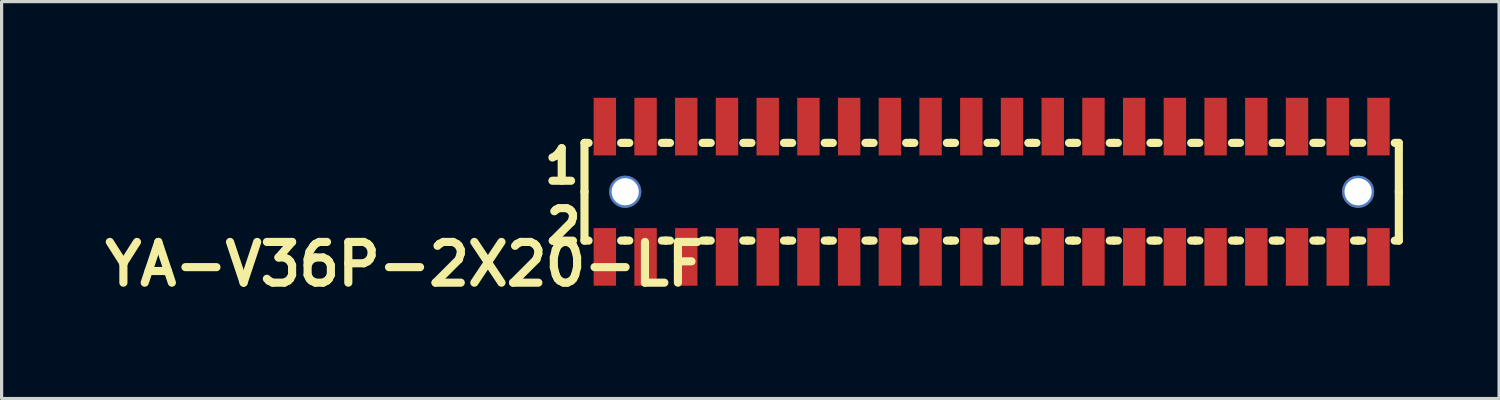
<source format=kicad_pcb>
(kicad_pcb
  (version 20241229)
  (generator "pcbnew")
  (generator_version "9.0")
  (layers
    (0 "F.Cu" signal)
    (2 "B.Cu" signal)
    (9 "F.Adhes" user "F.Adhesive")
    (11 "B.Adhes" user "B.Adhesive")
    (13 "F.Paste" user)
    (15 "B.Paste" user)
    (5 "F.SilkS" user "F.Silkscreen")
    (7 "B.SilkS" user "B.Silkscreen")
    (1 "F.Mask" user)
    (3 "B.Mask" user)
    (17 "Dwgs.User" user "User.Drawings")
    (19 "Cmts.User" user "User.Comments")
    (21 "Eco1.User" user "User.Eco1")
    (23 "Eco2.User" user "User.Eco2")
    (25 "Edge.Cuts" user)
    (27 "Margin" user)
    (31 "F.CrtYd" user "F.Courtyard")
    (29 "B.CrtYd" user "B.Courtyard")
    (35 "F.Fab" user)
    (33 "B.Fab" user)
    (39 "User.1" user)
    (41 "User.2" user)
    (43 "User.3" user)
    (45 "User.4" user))
  (footprint "YA-V36P-2X20-LF"
    (layer "F.Cu")
    (at 27.881 2.931)
    (property "Reference" "YA-V36P-2X20-LF" (at -18.313 2.261 0) (layer "F.SilkS") (effects (font (size 1.27 1.27) (thickness 0.254))))
    (attr smd)
    (fp_line (start -12.7 -1.524) (end -12.7 0) (stroke (width 0.254) (type solid)) (layer "F.SilkS"))
    (fp_line (start -12.7 0) (end -12.7 1.524) (stroke (width 0.254) (type solid)) (layer "F.SilkS"))
    (fp_line (start -12.7 1.524) (end -12.573 1.524) (stroke (width 0.254) (type solid)) (layer "F.SilkS"))
    (fp_line (start -12.573 -1.524) (end -12.7 -1.524) (stroke (width 0.254) (type solid)) (layer "F.SilkS"))
    (fp_line (start -11.557 -1.524) (end -11.43 -1.524) (stroke (width 0.254) (type solid)) (layer "F.SilkS"))
    (fp_line (start -11.557 1.524) (end -11.43 1.524) (stroke (width 0.254) (type solid)) (layer "F.SilkS"))
    (fp_line (start -11.43 -1.524) (end -11.303 -1.524) (stroke (width 0.254) (type solid)) (layer "F.SilkS"))
    (fp_line (start -11.43 1.524) (end -11.303 1.524) (stroke (width 0.254) (type solid)) (layer "F.SilkS"))
    (fp_line (start -10.287 -1.524) (end -10.16 -1.524) (stroke (width 0.254) (type solid)) (layer "F.SilkS"))
    (fp_line (start -10.287 1.524) (end -10.16 1.524) (stroke (width 0.254) (type solid)) (layer "F.SilkS"))
    (fp_line (start -10.16 -1.524) (end -10.033 -1.524) (stroke (width 0.254) (type solid)) (layer "F.SilkS"))
    (fp_line (start -10.16 1.524) (end -10.033 1.524) (stroke (width 0.254) (type solid)) (layer "F.SilkS"))
    (fp_line (start -9.017 -1.524) (end -8.89 -1.524) (stroke (width 0.254) (type solid)) (layer "F.SilkS"))
    (fp_line (start -9.017 1.524) (end -8.89 1.524) (stroke (width 0.254) (type solid)) (layer "F.SilkS"))
    (fp_line (start -8.89 -1.524) (end -8.763 -1.524) (stroke (width 0.254) (type solid)) (layer "F.SilkS"))
    (fp_line (start -8.89 1.524) (end -8.763 1.524) (stroke (width 0.254) (type solid)) (layer "F.SilkS"))
    (fp_line (start -7.747 -1.524) (end -7.62 -1.524) (stroke (width 0.254) (type solid)) (layer "F.SilkS"))
    (fp_line (start -7.747 1.524) (end -7.62 1.524) (stroke (width 0.254) (type solid)) (layer "F.SilkS"))
    (fp_line (start -7.62 -1.524) (end -7.493 -1.524) (stroke (width 0.254) (type solid)) (layer "F.SilkS"))
    (fp_line (start -7.62 1.524) (end -7.493 1.524) (stroke (width 0.254) (type solid)) (layer "F.SilkS"))
    (fp_line (start -6.477 -1.524) (end -6.35 -1.524) (stroke (width 0.254) (type solid)) (layer "F.SilkS"))
    (fp_line (start -6.477 1.524) (end -6.35 1.524) (stroke (width 0.254) (type solid)) (layer "F.SilkS"))
    (fp_line (start -6.35 -1.524) (end -6.223 -1.524) (stroke (width 0.254) (type solid)) (layer "F.SilkS"))
    (fp_line (start -6.35 1.524) (end -6.223 1.524) (stroke (width 0.254) (type solid)) (layer "F.SilkS"))
    (fp_line (start -5.207 -1.524) (end -5.08 -1.524) (stroke (width 0.254) (type solid)) (layer "F.SilkS"))
    (fp_line (start -5.207 1.524) (end -5.08 1.524) (stroke (width 0.254) (type solid)) (layer "F.SilkS"))
    (fp_line (start -5.08 -1.524) (end -4.953 -1.524) (stroke (width 0.254) (type solid)) (layer "F.SilkS"))
    (fp_line (start -5.08 1.524) (end -4.953 1.524) (stroke (width 0.254) (type solid)) (layer "F.SilkS"))
    (fp_line (start -3.937 -1.524) (end -3.81 -1.524) (stroke (width 0.254) (type solid)) (layer "F.SilkS"))
    (fp_line (start -3.937 1.524) (end -3.81 1.524) (stroke (width 0.254) (type solid)) (layer "F.SilkS"))
    (fp_line (start -3.81 -1.524) (end -3.683 -1.524) (stroke (width 0.254) (type solid)) (layer "F.SilkS"))
    (fp_line (start -3.81 1.524) (end -3.683 1.524) (stroke (width 0.254) (type solid)) (layer "F.SilkS"))
    (fp_line (start -2.667 -1.524) (end -2.54 -1.524) (stroke (width 0.254) (type solid)) (layer "F.SilkS"))
    (fp_line (start -2.667 1.524) (end -2.54 1.524) (stroke (width 0.254) (type solid)) (layer "F.SilkS"))
    (fp_line (start -2.54 -1.524) (end -2.413 -1.524) (stroke (width 0.254) (type solid)) (layer "F.SilkS"))
    (fp_line (start -2.54 1.524) (end -2.413 1.524) (stroke (width 0.254) (type solid)) (layer "F.SilkS"))
    (fp_line (start -1.397 -1.524) (end -1.27 -1.524) (stroke (width 0.254) (type solid)) (layer "F.SilkS"))
    (fp_line (start -1.397 1.524) (end -1.27 1.524) (stroke (width 0.254) (type solid)) (layer "F.SilkS"))
    (fp_line (start -1.27 -1.524) (end -1.143 -1.524) (stroke (width 0.254) (type solid)) (layer "F.SilkS"))
    (fp_line (start -1.27 1.524) (end -1.143 1.524) (stroke (width 0.254) (type solid)) (layer "F.SilkS"))
    (fp_line (start -0.127 -1.524) (end 0 -1.524) (stroke (width 0.254) (type solid)) (layer "F.SilkS"))
    (fp_line (start -0.127 1.524) (end 0 1.524) (stroke (width 0.254) (type solid)) (layer "F.SilkS"))
    (fp_line (start 0 -1.524) (end 0.127 -1.524) (stroke (width 0.254) (type solid)) (layer "F.SilkS"))
    (fp_line (start 0 1.524) (end 0.127 1.524) (stroke (width 0.254) (type solid)) (layer "F.SilkS"))
    (fp_line (start 1.143 -1.524) (end 1.27 -1.524) (stroke (width 0.254) (type solid)) (layer "F.SilkS"))
    (fp_line (start 1.143 1.524) (end 1.27 1.524) (stroke (width 0.254) (type solid)) (layer "F.SilkS"))
    (fp_line (start 1.27 -1.524) (end 1.397 -1.524) (stroke (width 0.254) (type solid)) (layer "F.SilkS"))
    (fp_line (start 1.27 1.524) (end 1.397 1.524) (stroke (width 0.254) (type solid)) (layer "F.SilkS"))
    (fp_line (start 2.413 -1.524) (end 2.54 -1.524) (stroke (width 0.254) (type solid)) (layer "F.SilkS"))
    (fp_line (start 2.413 1.524) (end 2.54 1.524) (stroke (width 0.254) (type solid)) (layer "F.SilkS"))
    (fp_line (start 2.54 -1.524) (end 2.667 -1.524) (stroke (width 0.254) (type solid)) (layer "F.SilkS"))
    (fp_line (start 2.54 1.524) (end 2.667 1.524) (stroke (width 0.254) (type solid)) (layer "F.SilkS"))
    (fp_line (start 3.683 -1.524) (end 3.81 -1.524) (stroke (width 0.254) (type solid)) (layer "F.SilkS"))
    (fp_line (start 3.683 1.524) (end 3.81 1.524) (stroke (width 0.254) (type solid)) (layer "F.SilkS"))
    (fp_line (start 3.81 -1.524) (end 3.937 -1.524) (stroke (width 0.254) (type solid)) (layer "F.SilkS"))
    (fp_line (start 3.81 1.524) (end 3.937 1.524) (stroke (width 0.254) (type solid)) (layer "F.SilkS"))
    (fp_line (start 4.953 -1.524) (end 5.08 -1.524) (stroke (width 0.254) (type solid)) (layer "F.SilkS"))
    (fp_line (start 4.953 1.524) (end 5.08 1.524) (stroke (width 0.254) (type solid)) (layer "F.SilkS"))
    (fp_line (start 5.08 -1.524) (end 5.207 -1.524) (stroke (width 0.254) (type solid)) (layer "F.SilkS"))
    (fp_line (start 5.08 1.524) (end 5.207 1.524) (stroke (width 0.254) (type solid)) (layer "F.SilkS"))
    (fp_line (start 6.223 -1.524) (end 6.35 -1.524) (stroke (width 0.254) (type solid)) (layer "F.SilkS"))
    (fp_line (start 6.223 1.524) (end 6.35 1.524) (stroke (width 0.254) (type solid)) (layer "F.SilkS"))
    (fp_line (start 6.35 -1.524) (end 6.477 -1.524) (stroke (width 0.254) (type solid)) (layer "F.SilkS"))
    (fp_line (start 6.35 1.524) (end 6.477 1.524) (stroke (width 0.254) (type solid)) (layer "F.SilkS"))
    (fp_line (start 7.493 -1.524) (end 7.62 -1.524) (stroke (width 0.254) (type solid)) (layer "F.SilkS"))
    (fp_line (start 7.493 1.524) (end 7.62 1.524) (stroke (width 0.254) (type solid)) (layer "F.SilkS"))
    (fp_line (start 7.62 -1.524) (end 7.747 -1.524) (stroke (width 0.254) (type solid)) (layer "F.SilkS"))
    (fp_line (start 7.62 1.524) (end 7.747 1.524) (stroke (width 0.254) (type solid)) (layer "F.SilkS"))
    (fp_line (start 8.763 -1.524) (end 8.89 -1.524) (stroke (width 0.254) (type solid)) (layer "F.SilkS"))
    (fp_line (start 8.763 1.524) (end 8.89 1.524) (stroke (width 0.254) (type solid)) (layer "F.SilkS"))
    (fp_line (start 8.89 -1.524) (end 9.017 -1.524) (stroke (width 0.254) (type solid)) (layer "F.SilkS"))
    (fp_line (start 8.89 1.524) (end 9.017 1.524) (stroke (width 0.254) (type solid)) (layer "F.SilkS"))
    (fp_line (start 10.033 -1.524) (end 10.16 -1.524) (stroke (width 0.254) (type solid)) (layer "F.SilkS"))
    (fp_line (start 10.033 1.524) (end 10.16 1.524) (stroke (width 0.254) (type solid)) (layer "F.SilkS"))
    (fp_line (start 10.16 -1.524) (end 10.287 -1.524) (stroke (width 0.254) (type solid)) (layer "F.SilkS"))
    (fp_line (start 10.16 1.524) (end 10.287 1.524) (stroke (width 0.254) (type solid)) (layer "F.SilkS"))
    (fp_line (start 11.303 -1.524) (end 11.557 -1.524) (stroke (width 0.254) (type solid)) (layer "F.SilkS"))
    (fp_line (start 11.303 1.524) (end 11.43 1.524) (stroke (width 0.254) (type solid)) (layer "F.SilkS"))
    (fp_line (start 11.43 1.524) (end 11.557 1.524) (stroke (width 0.254) (type solid)) (layer "F.SilkS"))
    (fp_line (start 12.573 -1.524) (end 12.7 -1.524) (stroke (width 0.254) (type solid)) (layer "F.SilkS"))
    (fp_line (start 12.7 -1.524) (end 12.7 0) (stroke (width 0.254) (type solid)) (layer "F.SilkS"))
    (fp_line (start 12.7 0) (end 12.7 1.524) (stroke (width 0.254) (type solid)) (layer "F.SilkS"))
    (fp_line (start 12.7 1.524) (end 12.573 1.524) (stroke (width 0.254) (type solid)) (layer "F.SilkS"))
    (fp_line (start -12.573 -1.524) (end -11.557 -1.524) (stroke (width 0.254) (type solid)) (layer "Eco1.User"))
    (fp_line (start -12.573 1.524) (end -11.557 1.524) (stroke (width 0.254) (type solid)) (layer "Eco1.User"))
    (fp_line (start -11.303 -1.524) (end -10.287 -1.524) (stroke (width 0.254) (type solid)) (layer "Eco1.User"))
    (fp_line (start -11.303 1.524) (end -10.287 1.524) (stroke (width 0.254) (type solid)) (layer "Eco1.User"))
    (fp_line (start -10.033 -1.524) (end -9.017 -1.524) (stroke (width 0.254) (type solid)) (layer "Eco1.User"))
    (fp_line (start -10.033 1.524) (end -9.017 1.524) (stroke (width 0.254) (type solid)) (layer "Eco1.User"))
    (fp_line (start -8.763 -1.524) (end -7.747 -1.524) (stroke (width 0.254) (type solid)) (layer "Eco1.User"))
    (fp_line (start -8.763 1.524) (end -7.747 1.524) (stroke (width 0.254) (type solid)) (layer "Eco1.User"))
    (fp_line (start -7.493 -1.524) (end -6.477 -1.524) (stroke (width 0.254) (type solid)) (layer "Eco1.User"))
    (fp_line (start -7.493 1.524) (end -6.477 1.524) (stroke (width 0.254) (type solid)) (layer "Eco1.User"))
    (fp_line (start -6.223 -1.524) (end -5.207 -1.524) (stroke (width 0.254) (type solid)) (layer "Eco1.User"))
    (fp_line (start -6.223 1.524) (end -5.207 1.524) (stroke (width 0.254) (type solid)) (layer "Eco1.User"))
    (fp_line (start -4.953 -1.524) (end -3.937 -1.524) (stroke (width 0.254) (type solid)) (layer "Eco1.User"))
    (fp_line (start -4.953 1.524) (end -3.937 1.524) (stroke (width 0.254) (type solid)) (layer "Eco1.User"))
    (fp_line (start -3.683 -1.524) (end -2.667 -1.524) (stroke (width 0.254) (type solid)) (layer "Eco1.User"))
    (fp_line (start -3.683 1.524) (end -2.667 1.524) (stroke (width 0.254) (type solid)) (layer "Eco1.User"))
    (fp_line (start -2.413 -1.524) (end -1.397 -1.524) (stroke (width 0.254) (type solid)) (layer "Eco1.User"))
    (fp_line (start -2.413 1.524) (end -1.397 1.524) (stroke (width 0.254) (type solid)) (layer "Eco1.User"))
    (fp_line (start -1.143 -1.524) (end -0.127 -1.524) (stroke (width 0.254) (type solid)) (layer "Eco1.User"))
    (fp_line (start -1.143 1.524) (end -0.127 1.524) (stroke (width 0.254) (type solid)) (layer "Eco1.User"))
    (fp_line (start 0.127 -1.524) (end 1.143 -1.524) (stroke (width 0.254) (type solid)) (layer "Eco1.User"))
    (fp_line (start 0.127 1.524) (end 1.143 1.524) (stroke (width 0.254) (type solid)) (layer "Eco1.User"))
    (fp_line (start 1.397 -1.524) (end 2.413 -1.524) (stroke (width 0.254) (type solid)) (layer "Eco1.User"))
    (fp_line (start 1.397 1.524) (end 2.413 1.524) (stroke (width 0.254) (type solid)) (layer "Eco1.User"))
    (fp_line (start 2.667 -1.524) (end 3.683 -1.524) (stroke (width 0.254) (type solid)) (layer "Eco1.User"))
    (fp_line (start 2.667 1.524) (end 3.683 1.524) (stroke (width 0.254) (type solid)) (layer "Eco1.User"))
    (fp_line (start 3.937 -1.524) (end 4.953 -1.524) (stroke (width 0.254) (type solid)) (layer "Eco1.User"))
    (fp_line (start 3.937 1.524) (end 4.953 1.524) (stroke (width 0.254) (type solid)) (layer "Eco1.User"))
    (fp_line (start 5.207 -1.524) (end 6.223 -1.524) (stroke (width 0.254) (type solid)) (layer "Eco1.User"))
    (fp_line (start 5.207 1.524) (end 6.223 1.524) (stroke (width 0.254) (type solid)) (layer "Eco1.User"))
    (fp_line (start 6.477 -1.524) (end 7.493 -1.524) (stroke (width 0.254) (type solid)) (layer "Eco1.User"))
    (fp_line (start 6.477 1.524) (end 7.493 1.524) (stroke (width 0.254) (type solid)) (layer "Eco1.User"))
    (fp_line (start 7.747 -1.524) (end 8.763 -1.524) (stroke (width 0.254) (type solid)) (layer "Eco1.User"))
    (fp_line (start 7.747 1.524) (end 8.763 1.524) (stroke (width 0.254) (type solid)) (layer "Eco1.User"))
    (fp_line (start 9.017 -1.524) (end 10.033 -1.524) (stroke (width 0.254) (type solid)) (layer "Eco1.User"))
    (fp_line (start 9.017 1.524) (end 10.033 1.524) (stroke (width 0.254) (type solid)) (layer "Eco1.User"))
    (fp_line (start 10.287 -1.524) (end 11.303 -1.524) (stroke (width 0.254) (type solid)) (layer "Eco1.User"))
    (fp_line (start 10.287 1.524) (end 11.303 1.524) (stroke (width 0.254) (type solid)) (layer "Eco1.User"))
    (fp_line (start 11.557 -1.524) (end 12.573 -1.524) (stroke (width 0.254) (type solid)) (layer "Eco1.User"))
    (fp_line (start 11.557 1.524) (end 12.573 1.524) (stroke (width 0.254) (type solid)) (layer "Eco1.User"))
    (fp_text user "2" (at -13.35 1.07 0) (layer "F.SilkS") (effects (font (size 1.016 1.016) (thickness 0.254))))
    (fp_text user "1" (at -13.41 -0.8 0) (layer "F.SilkS") (effects (font (size 1.016 1.016) (thickness 0.254))))
    (pad "" thru_hole circle (at -11.43 0) (size 1 1) (drill 0.85) (layers "*.Cu" "*.Mask"))
    (pad "" thru_hole circle (at 11.43 0) (size 1 1) (drill 0.85) (layers "*.Cu" "*.Mask"))
    (pad "1" smd rect (at -12.065 -2.032 90) (size 1.798 0.699) (layers "F.Cu" "F.Mask" "F.Paste"))
    (pad "2" smd rect (at -12.065 2.032 90) (size 1.798 0.699) (layers "F.Cu" "F.Mask" "F.Paste"))
    (pad "3" smd rect (at -10.795 -2.032 90) (size 1.798 0.699) (layers "F.Cu" "F.Mask" "F.Paste"))
    (pad "4" smd rect (at -10.795 2.032 90) (size 1.798 0.699) (layers "F.Cu" "F.Mask" "F.Paste"))
    (pad "5" smd rect (at -9.525 -2.032 90) (size 1.798 0.699) (layers "F.Cu" "F.Mask" "F.Paste"))
    (pad "6" smd rect (at -9.525 2.032 90) (size 1.798 0.699) (layers "F.Cu" "F.Mask" "F.Paste"))
    (pad "7" smd rect (at -8.255 -2.032 90) (size 1.798 0.699) (layers "F.Cu" "F.Mask" "F.Paste"))
    (pad "8" smd rect (at -8.255 2.032 90) (size 1.798 0.699) (layers "F.Cu" "F.Mask" "F.Paste"))
    (pad "9" smd rect (at -6.985 -2.032 90) (size 1.798 0.699) (layers "F.Cu" "F.Mask" "F.Paste"))
    (pad "10" smd rect (at -6.985 2.032 90) (size 1.798 0.699) (layers "F.Cu" "F.Mask" "F.Paste"))
    (pad "11" smd rect (at -5.715 -2.032 90) (size 1.798 0.699) (layers "F.Cu" "F.Mask" "F.Paste"))
    (pad "12" smd rect (at -5.715 2.032 90) (size 1.798 0.699) (layers "F.Cu" "F.Mask" "F.Paste"))
    (pad "13" smd rect (at -4.445 -2.032 90) (size 1.798 0.699) (layers "F.Cu" "F.Mask" "F.Paste"))
    (pad "14" smd rect (at -4.445 2.032 90) (size 1.798 0.699) (layers "F.Cu" "F.Mask" "F.Paste"))
    (pad "15" smd rect (at -3.175 -2.032 90) (size 1.798 0.699) (layers "F.Cu" "F.Mask" "F.Paste"))
    (pad "16" smd rect (at -3.175 2.032 90) (size 1.798 0.699) (layers "F.Cu" "F.Mask" "F.Paste"))
    (pad "17" smd rect (at -1.905 -2.032 90) (size 1.798 0.699) (layers "F.Cu" "F.Mask" "F.Paste"))
    (pad "18" smd rect (at -1.905 2.032 90) (size 1.798 0.699) (layers "F.Cu" "F.Mask" "F.Paste"))
    (pad "19" smd rect (at -0.635 -2.032 90) (size 1.798 0.699) (layers "F.Cu" "F.Mask" "F.Paste"))
    (pad "20" smd rect (at -0.635 2.032 90) (size 1.798 0.699) (layers "F.Cu" "F.Mask" "F.Paste"))
    (pad "21" smd rect (at 0.635 -2.032 90) (size 1.798 0.699) (layers "F.Cu" "F.Mask" "F.Paste"))
    (pad "22" smd rect (at 0.635 2.032 90) (size 1.798 0.699) (layers "F.Cu" "F.Mask" "F.Paste"))
    (pad "23" smd rect (at 1.905 -2.032 90) (size 1.798 0.699) (layers "F.Cu" "F.Mask" "F.Paste"))
    (pad "24" smd rect (at 1.905 2.032 90) (size 1.798 0.699) (layers "F.Cu" "F.Mask" "F.Paste"))
    (pad "25" smd rect (at 3.175 -2.032 90) (size 1.798 0.699) (layers "F.Cu" "F.Mask" "F.Paste"))
    (pad "26" smd rect (at 3.175 2.032 90) (size 1.798 0.699) (layers "F.Cu" "F.Mask" "F.Paste"))
    (pad "27" smd rect (at 4.445 -2.032 90) (size 1.798 0.699) (layers "F.Cu" "F.Mask" "F.Paste"))
    (pad "28" smd rect (at 4.445 2.032 90) (size 1.798 0.699) (layers "F.Cu" "F.Mask" "F.Paste"))
    (pad "29" smd rect (at 5.715 -2.032 90) (size 1.798 0.699) (layers "F.Cu" "F.Mask" "F.Paste"))
    (pad "30" smd rect (at 5.715 2.032 90) (size 1.798 0.699) (layers "F.Cu" "F.Mask" "F.Paste"))
    (pad "31" smd rect (at 6.985 -2.032 90) (size 1.798 0.699) (layers "F.Cu" "F.Mask" "F.Paste"))
    (pad "32" smd rect (at 6.985 2.032 90) (size 1.798 0.699) (layers "F.Cu" "F.Mask" "F.Paste"))
    (pad "33" smd rect (at 8.255 -2.032 90) (size 1.798 0.699) (layers "F.Cu" "F.Mask" "F.Paste"))
    (pad "34" smd rect (at 8.255 2.032 90) (size 1.798 0.699) (layers "F.Cu" "F.Mask" "F.Paste"))
    (pad "35" smd rect (at 9.525 -2.032 90) (size 1.798 0.699) (layers "F.Cu" "F.Mask" "F.Paste"))
    (pad "36" smd rect (at 9.525 2.032 90) (size 1.798 0.699) (layers "F.Cu" "F.Mask" "F.Paste"))
    (pad "37" smd rect (at 10.795 -2.032 90) (size 1.798 0.699) (layers "F.Cu" "F.Mask" "F.Paste"))
    (pad "38" smd rect (at 10.795 2.032 90) (size 1.798 0.699) (layers "F.Cu" "F.Mask" "F.Paste"))
    (pad "39" smd rect (at 12.065 -2.032 90) (size 1.798 0.699) (layers "F.Cu" "F.Mask" "F.Paste"))
    (pad "40" smd rect (at 12.065 2.032 90) (size 1.798 0.699) (layers "F.Cu" "F.Mask" "F.Paste")))
  (gr_rect
    (start -3 -3)
    (end 43.708 9.38)
    (stroke (width 0.1) (type default))
    (fill no)
    (layer "Edge.Cuts")))
</source>
